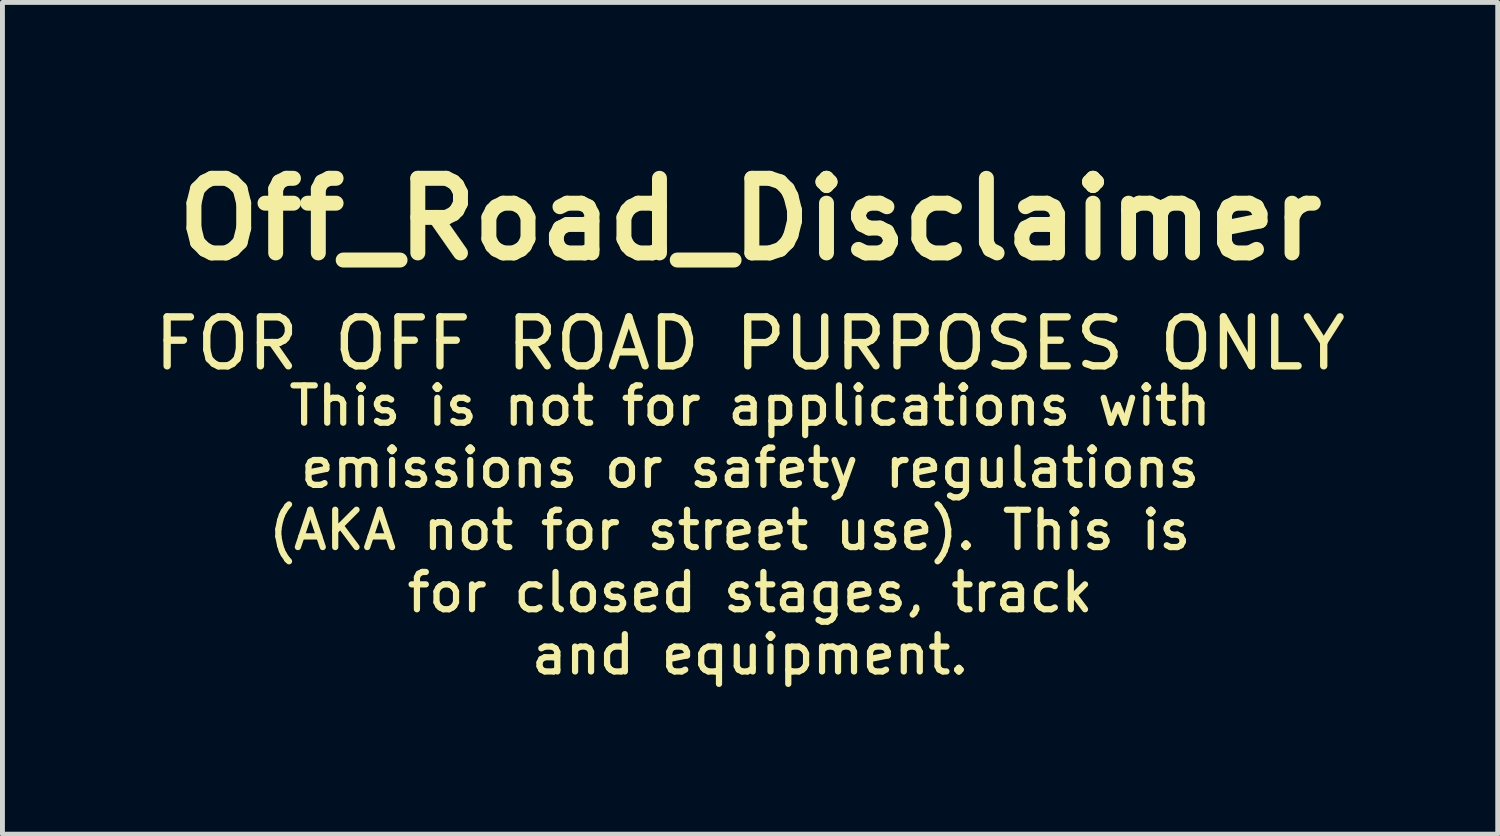
<source format=kicad_pcb>
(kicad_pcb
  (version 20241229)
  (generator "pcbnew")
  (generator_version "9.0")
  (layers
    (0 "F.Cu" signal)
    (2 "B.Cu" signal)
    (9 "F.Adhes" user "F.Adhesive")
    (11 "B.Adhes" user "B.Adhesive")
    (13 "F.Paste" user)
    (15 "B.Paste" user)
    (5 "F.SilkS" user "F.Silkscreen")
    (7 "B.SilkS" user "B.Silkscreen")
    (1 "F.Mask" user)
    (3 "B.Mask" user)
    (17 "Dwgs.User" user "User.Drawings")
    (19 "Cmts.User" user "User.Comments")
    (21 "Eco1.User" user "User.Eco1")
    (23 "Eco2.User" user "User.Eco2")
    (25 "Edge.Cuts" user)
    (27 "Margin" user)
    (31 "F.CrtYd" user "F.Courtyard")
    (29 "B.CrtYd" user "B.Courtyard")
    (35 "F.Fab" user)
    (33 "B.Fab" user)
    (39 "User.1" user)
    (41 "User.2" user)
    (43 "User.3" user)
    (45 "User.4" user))
  (footprint "Off_Road_Disclaimer"
    (layer "F.Cu")
    (at 12.268 7.141)
    (property "Reference" "Off_Road_Disclaimer" (at 0 -5.715 0) (layer "F.SilkS") (effects (font (size 1.524 1.524) (thickness 0.305))))
    (attr through_hole)
    (fp_text user "(AKA not for street use). This is " (at -0.127 0.635 0) (layer "F.SilkS") (effects (font (size 0.762 0.762) (thickness 0.127))))
    (fp_text user "emissions or safety regulations" (at 0 -0.635 0) (layer "F.SilkS") (effects (font (size 0.762 0.762) (thickness 0.127))))
    (fp_text user "This is not for applications with" (at 0 -1.905 0) (layer "F.SilkS") (effects (font (size 0.762 0.762) (thickness 0.127))))
    (fp_text user "for closed stages, track" (at 0 1.905 0) (layer "F.SilkS") (effects (font (size 0.762 0.762) (thickness 0.127))))
    (fp_text user "FOR OFF ROAD PURPOSES ONLY" (at 0 -3.175 0) (layer "F.SilkS") (effects (font (size 1 1) (thickness 0.15))))
    (fp_text user "and equipment." (at 0 3.175 0) (layer "F.SilkS") (effects (font (size 0.762 0.762) (thickness 0.127)))))
  (gr_rect
    (start -3 -3)
    (end 27.536 13.985)
    (stroke (width 0.1) (type default))
    (fill no)
    (layer "Edge.Cuts")))
</source>
